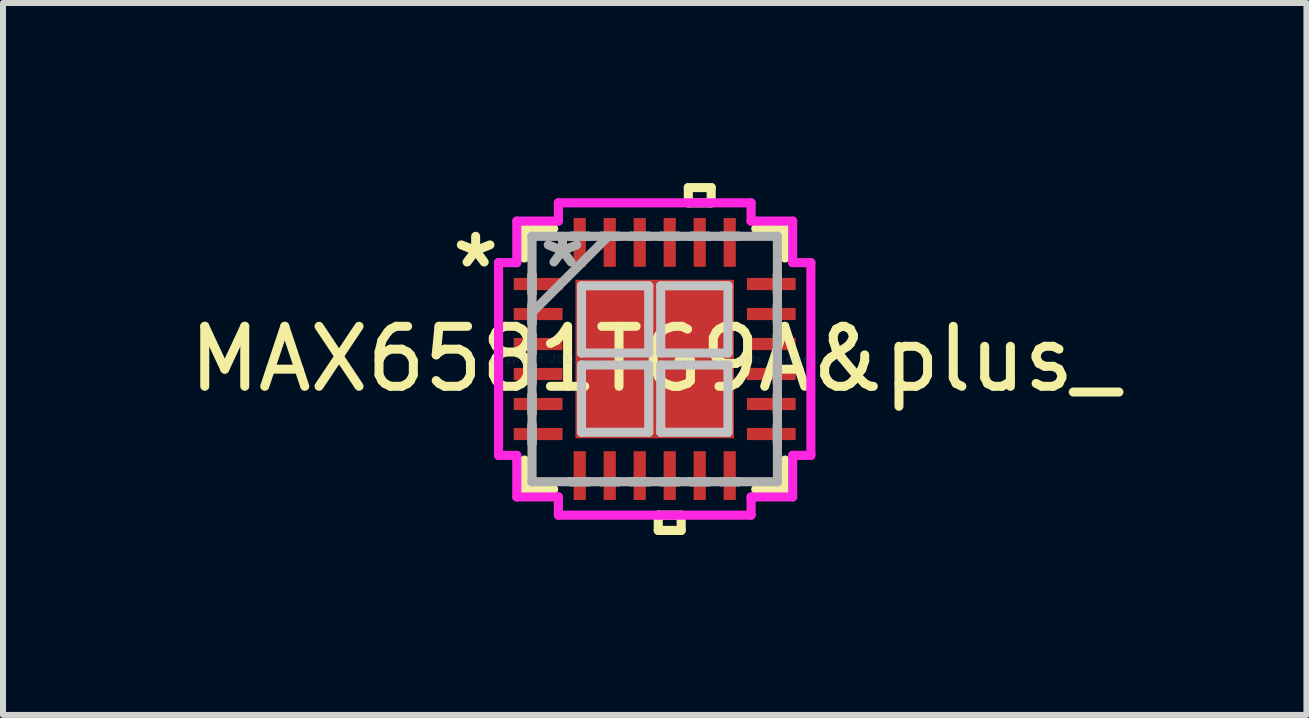
<source format=kicad_pcb>
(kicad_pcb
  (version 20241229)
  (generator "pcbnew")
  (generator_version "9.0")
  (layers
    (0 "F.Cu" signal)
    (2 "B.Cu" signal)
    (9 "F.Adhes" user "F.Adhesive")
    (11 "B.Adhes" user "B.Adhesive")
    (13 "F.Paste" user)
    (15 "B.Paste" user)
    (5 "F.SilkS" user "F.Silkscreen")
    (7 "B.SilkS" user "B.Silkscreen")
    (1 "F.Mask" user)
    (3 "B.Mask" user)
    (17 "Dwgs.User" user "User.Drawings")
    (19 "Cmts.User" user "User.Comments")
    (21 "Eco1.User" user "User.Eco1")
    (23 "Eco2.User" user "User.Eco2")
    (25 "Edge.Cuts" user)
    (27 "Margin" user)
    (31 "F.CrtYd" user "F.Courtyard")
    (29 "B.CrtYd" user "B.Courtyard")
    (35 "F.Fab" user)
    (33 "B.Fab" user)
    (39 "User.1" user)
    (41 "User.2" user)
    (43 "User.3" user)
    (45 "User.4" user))
  (footprint "MAX6581TG9A&plus_"
    (layer "F.Cu")
    (at 7.863 2.934)
    (property "Reference" "MAX6581TG9A&plus_" (at 0 0 0) (layer "F.SilkS") (effects (font (size 1 1) (thickness 0.15))))
    (attr through_hole)
    (fp_line (start -2.172 -2.172) (end -2.172 -1.684) (stroke (width 0.152) (type solid)) (layer "F.SilkS"))
    (fp_line (start -2.172 1.684) (end -2.172 2.172) (stroke (width 0.152) (type solid)) (layer "F.SilkS"))
    (fp_line (start -2.172 2.172) (end -1.684 2.172) (stroke (width 0.152) (type solid)) (layer "F.SilkS"))
    (fp_line (start -1.684 -2.172) (end -2.172 -2.172) (stroke (width 0.152) (type solid)) (layer "F.SilkS"))
    (fp_line (start 0.059 2.603) (end 0.059 2.857) (stroke (width 0.152) (type solid)) (layer "F.SilkS"))
    (fp_line (start 0.059 2.857) (end 0.441 2.857) (stroke (width 0.152) (type solid)) (layer "F.SilkS"))
    (fp_line (start 0.441 2.603) (end 0.059 2.603) (stroke (width 0.152) (type solid)) (layer "F.SilkS"))
    (fp_line (start 0.441 2.857) (end 0.441 2.603) (stroke (width 0.152) (type solid)) (layer "F.SilkS"))
    (fp_line (start 0.56 -2.857) (end 0.941 -2.857) (stroke (width 0.152) (type solid)) (layer "F.SilkS"))
    (fp_line (start 0.56 -2.603) (end 0.56 -2.857) (stroke (width 0.152) (type solid)) (layer "F.SilkS"))
    (fp_line (start 0.941 -2.857) (end 0.941 -2.603) (stroke (width 0.152) (type solid)) (layer "F.SilkS"))
    (fp_line (start 0.941 -2.603) (end 0.56 -2.603) (stroke (width 0.152) (type solid)) (layer "F.SilkS"))
    (fp_line (start 1.684 2.172) (end 2.172 2.172) (stroke (width 0.152) (type solid)) (layer "F.SilkS"))
    (fp_line (start 2.172 -2.172) (end 1.684 -2.172) (stroke (width 0.152) (type solid)) (layer "F.SilkS"))
    (fp_line (start 2.172 -1.684) (end 2.172 -2.172) (stroke (width 0.152) (type solid)) (layer "F.SilkS"))
    (fp_line (start 2.172 2.172) (end 2.172 1.684) (stroke (width 0.152) (type solid)) (layer "F.SilkS"))
    (fp_line (start -1.221 -1.221) (end -1.221 -0.1) (stroke (width 0.152) (type solid)) (layer "Dwgs.User"))
    (fp_line (start -1.221 -0.1) (end -0.1 -0.1) (stroke (width 0.152) (type solid)) (layer "Dwgs.User"))
    (fp_line (start -1.221 0.1) (end -1.221 1.221) (stroke (width 0.152) (type solid)) (layer "Dwgs.User"))
    (fp_line (start -1.221 1.221) (end -0.1 1.221) (stroke (width 0.152) (type solid)) (layer "Dwgs.User"))
    (fp_line (start -0.1 -1.221) (end -1.221 -1.221) (stroke (width 0.152) (type solid)) (layer "Dwgs.User"))
    (fp_line (start -0.1 -0.1) (end -0.1 -1.221) (stroke (width 0.152) (type solid)) (layer "Dwgs.User"))
    (fp_line (start -0.1 0.1) (end -1.221 0.1) (stroke (width 0.152) (type solid)) (layer "Dwgs.User"))
    (fp_line (start -0.1 1.221) (end -0.1 0.1) (stroke (width 0.152) (type solid)) (layer "Dwgs.User"))
    (fp_line (start 0.1 -1.221) (end 0.1 -0.1) (stroke (width 0.152) (type solid)) (layer "Dwgs.User"))
    (fp_line (start 0.1 -0.1) (end 1.221 -0.1) (stroke (width 0.152) (type solid)) (layer "Dwgs.User"))
    (fp_line (start 0.1 0.1) (end 0.1 1.221) (stroke (width 0.152) (type solid)) (layer "Dwgs.User"))
    (fp_line (start 0.1 1.221) (end 1.221 1.221) (stroke (width 0.152) (type solid)) (layer "Dwgs.User"))
    (fp_line (start 1.221 -1.221) (end 0.1 -1.221) (stroke (width 0.152) (type solid)) (layer "Dwgs.User"))
    (fp_line (start 1.221 -0.1) (end 1.221 -1.221) (stroke (width 0.152) (type solid)) (layer "Dwgs.User"))
    (fp_line (start 1.221 0.1) (end 0.1 0.1) (stroke (width 0.152) (type solid)) (layer "Dwgs.User"))
    (fp_line (start 1.221 1.221) (end 1.221 0.1) (stroke (width 0.152) (type solid)) (layer "Dwgs.User"))
    (fp_line (start -2.603 -1.606) (end -2.299 -1.606) (stroke (width 0.152) (type solid)) (layer "F.CrtYd"))
    (fp_line (start -2.603 1.606) (end -2.603 -1.606) (stroke (width 0.152) (type solid)) (layer "F.CrtYd"))
    (fp_line (start -2.299 -2.299) (end -1.606 -2.299) (stroke (width 0.152) (type solid)) (layer "F.CrtYd"))
    (fp_line (start -2.299 -1.606) (end -2.299 -2.299) (stroke (width 0.152) (type solid)) (layer "F.CrtYd"))
    (fp_line (start -2.299 1.606) (end -2.603 1.606) (stroke (width 0.152) (type solid)) (layer "F.CrtYd"))
    (fp_line (start -2.299 2.299) (end -2.299 1.606) (stroke (width 0.152) (type solid)) (layer "F.CrtYd"))
    (fp_line (start -1.606 -2.603) (end 1.606 -2.603) (stroke (width 0.152) (type solid)) (layer "F.CrtYd"))
    (fp_line (start -1.606 -2.299) (end -1.606 -2.603) (stroke (width 0.152) (type solid)) (layer "F.CrtYd"))
    (fp_line (start -1.606 2.299) (end -2.299 2.299) (stroke (width 0.152) (type solid)) (layer "F.CrtYd"))
    (fp_line (start -1.606 2.603) (end -1.606 2.299) (stroke (width 0.152) (type solid)) (layer "F.CrtYd"))
    (fp_line (start 1.606 -2.603) (end 1.606 -2.299) (stroke (width 0.152) (type solid)) (layer "F.CrtYd"))
    (fp_line (start 1.606 -2.299) (end 2.299 -2.299) (stroke (width 0.152) (type solid)) (layer "F.CrtYd"))
    (fp_line (start 1.606 2.299) (end 1.606 2.603) (stroke (width 0.152) (type solid)) (layer "F.CrtYd"))
    (fp_line (start 1.606 2.603) (end -1.606 2.603) (stroke (width 0.152) (type solid)) (layer "F.CrtYd"))
    (fp_line (start 2.299 -2.299) (end 2.299 -1.606) (stroke (width 0.152) (type solid)) (layer "F.CrtYd"))
    (fp_line (start 2.299 -1.606) (end 2.603 -1.606) (stroke (width 0.152) (type solid)) (layer "F.CrtYd"))
    (fp_line (start 2.299 1.606) (end 2.299 2.299) (stroke (width 0.152) (type solid)) (layer "F.CrtYd"))
    (fp_line (start 2.299 2.299) (end 1.606 2.299) (stroke (width 0.152) (type solid)) (layer "F.CrtYd"))
    (fp_line (start 2.603 -1.606) (end 2.603 1.606) (stroke (width 0.152) (type solid)) (layer "F.CrtYd"))
    (fp_line (start 2.603 1.606) (end 2.299 1.606) (stroke (width 0.152) (type solid)) (layer "F.CrtYd"))
    (fp_line (start -2.045 -2.045) (end -2.045 -2.045) (stroke (width 0.152) (type solid)) (layer "F.Fab"))
    (fp_line (start -2.045 -2.045) (end -2.045 2.045) (stroke (width 0.152) (type solid)) (layer "F.Fab"))
    (fp_line (start -2.045 -1.402) (end -2.045 -1.402) (stroke (width 0.152) (type solid)) (layer "F.Fab"))
    (fp_line (start -2.045 -1.402) (end -2.045 -1.098) (stroke (width 0.152) (type solid)) (layer "F.Fab"))
    (fp_line (start -2.045 -1.098) (end -2.045 -1.402) (stroke (width 0.152) (type solid)) (layer "F.Fab"))
    (fp_line (start -2.045 -1.098) (end -2.045 -1.098) (stroke (width 0.152) (type solid)) (layer "F.Fab"))
    (fp_line (start -2.045 -0.902) (end -2.045 -0.902) (stroke (width 0.152) (type solid)) (layer "F.Fab"))
    (fp_line (start -2.045 -0.902) (end -2.045 -0.598) (stroke (width 0.152) (type solid)) (layer "F.Fab"))
    (fp_line (start -2.045 -0.775) (end -0.775 -2.045) (stroke (width 0.152) (type solid)) (layer "F.Fab"))
    (fp_line (start -2.045 -0.598) (end -2.045 -0.902) (stroke (width 0.152) (type solid)) (layer "F.Fab"))
    (fp_line (start -2.045 -0.598) (end -2.045 -0.598) (stroke (width 0.152) (type solid)) (layer "F.Fab"))
    (fp_line (start -2.045 -0.402) (end -2.045 -0.402) (stroke (width 0.152) (type solid)) (layer "F.Fab"))
    (fp_line (start -2.045 -0.402) (end -2.045 -0.098) (stroke (width 0.152) (type solid)) (layer "F.Fab"))
    (fp_line (start -2.045 -0.098) (end -2.045 -0.402) (stroke (width 0.152) (type solid)) (layer "F.Fab"))
    (fp_line (start -2.045 -0.098) (end -2.045 -0.098) (stroke (width 0.152) (type solid)) (layer "F.Fab"))
    (fp_line (start -2.045 0.098) (end -2.045 0.098) (stroke (width 0.152) (type solid)) (layer "F.Fab"))
    (fp_line (start -2.045 0.098) (end -2.045 0.402) (stroke (width 0.152) (type solid)) (layer "F.Fab"))
    (fp_line (start -2.045 0.402) (end -2.045 0.098) (stroke (width 0.152) (type solid)) (layer "F.Fab"))
    (fp_line (start -2.045 0.402) (end -2.045 0.402) (stroke (width 0.152) (type solid)) (layer "F.Fab"))
    (fp_line (start -2.045 0.598) (end -2.045 0.598) (stroke (width 0.152) (type solid)) (layer "F.Fab"))
    (fp_line (start -2.045 0.598) (end -2.045 0.902) (stroke (width 0.152) (type solid)) (layer "F.Fab"))
    (fp_line (start -2.045 0.902) (end -2.045 0.598) (stroke (width 0.152) (type solid)) (layer "F.Fab"))
    (fp_line (start -2.045 0.902) (end -2.045 0.902) (stroke (width 0.152) (type solid)) (layer "F.Fab"))
    (fp_line (start -2.045 1.098) (end -2.045 1.098) (stroke (width 0.152) (type solid)) (layer "F.Fab"))
    (fp_line (start -2.045 1.098) (end -2.045 1.402) (stroke (width 0.152) (type solid)) (layer "F.Fab"))
    (fp_line (start -2.045 1.402) (end -2.045 1.098) (stroke (width 0.152) (type solid)) (layer "F.Fab"))
    (fp_line (start -2.045 1.402) (end -2.045 1.402) (stroke (width 0.152) (type solid)) (layer "F.Fab"))
    (fp_line (start -2.045 2.045) (end -2.045 2.045) (stroke (width 0.152) (type solid)) (layer "F.Fab"))
    (fp_line (start -2.045 2.045) (end 2.045 2.045) (stroke (width 0.152) (type solid)) (layer "F.Fab"))
    (fp_line (start -1.402 -2.045) (end -1.402 -2.045) (stroke (width 0.152) (type solid)) (layer "F.Fab"))
    (fp_line (start -1.402 -2.045) (end -1.098 -2.045) (stroke (width 0.152) (type solid)) (layer "F.Fab"))
    (fp_line (start -1.402 2.045) (end -1.402 2.045) (stroke (width 0.152) (type solid)) (layer "F.Fab"))
    (fp_line (start -1.402 2.045) (end -1.098 2.045) (stroke (width 0.152) (type solid)) (layer "F.Fab"))
    (fp_line (start -1.098 -2.045) (end -1.402 -2.045) (stroke (width 0.152) (type solid)) (layer "F.Fab"))
    (fp_line (start -1.098 -2.045) (end -1.098 -2.045) (stroke (width 0.152) (type solid)) (layer "F.Fab"))
    (fp_line (start -1.098 2.045) (end -1.402 2.045) (stroke (width 0.152) (type solid)) (layer "F.Fab"))
    (fp_line (start -1.098 2.045) (end -1.098 2.045) (stroke (width 0.152) (type solid)) (layer "F.Fab"))
    (fp_line (start -0.902 -2.045) (end -0.902 -2.045) (stroke (width 0.152) (type solid)) (layer "F.Fab"))
    (fp_line (start -0.902 -2.045) (end -0.598 -2.045) (stroke (width 0.152) (type solid)) (layer "F.Fab"))
    (fp_line (start -0.902 2.045) (end -0.902 2.045) (stroke (width 0.152) (type solid)) (layer "F.Fab"))
    (fp_line (start -0.902 2.045) (end -0.598 2.045) (stroke (width 0.152) (type solid)) (layer "F.Fab"))
    (fp_line (start -0.598 -2.045) (end -0.902 -2.045) (stroke (width 0.152) (type solid)) (layer "F.Fab"))
    (fp_line (start -0.598 -2.045) (end -0.598 -2.045) (stroke (width 0.152) (type solid)) (layer "F.Fab"))
    (fp_line (start -0.598 2.045) (end -0.902 2.045) (stroke (width 0.152) (type solid)) (layer "F.Fab"))
    (fp_line (start -0.598 2.045) (end -0.598 2.045) (stroke (width 0.152) (type solid)) (layer "F.Fab"))
    (fp_line (start -0.402 -2.045) (end -0.402 -2.045) (stroke (width 0.152) (type solid)) (layer "F.Fab"))
    (fp_line (start -0.402 -2.045) (end -0.098 -2.045) (stroke (width 0.152) (type solid)) (layer "F.Fab"))
    (fp_line (start -0.402 2.045) (end -0.402 2.045) (stroke (width 0.152) (type solid)) (layer "F.Fab"))
    (fp_line (start -0.402 2.045) (end -0.098 2.045) (stroke (width 0.152) (type solid)) (layer "F.Fab"))
    (fp_line (start -0.098 -2.045) (end -0.402 -2.045) (stroke (width 0.152) (type solid)) (layer "F.Fab"))
    (fp_line (start -0.098 -2.045) (end -0.098 -2.045) (stroke (width 0.152) (type solid)) (layer "F.Fab"))
    (fp_line (start -0.098 2.045) (end -0.402 2.045) (stroke (width 0.152) (type solid)) (layer "F.Fab"))
    (fp_line (start -0.098 2.045) (end -0.098 2.045) (stroke (width 0.152) (type solid)) (layer "F.Fab"))
    (fp_line (start 0.098 -2.045) (end 0.098 -2.045) (stroke (width 0.152) (type solid)) (layer "F.Fab"))
    (fp_line (start 0.098 -2.045) (end 0.402 -2.045) (stroke (width 0.152) (type solid)) (layer "F.Fab"))
    (fp_line (start 0.098 2.045) (end 0.098 2.045) (stroke (width 0.152) (type solid)) (layer "F.Fab"))
    (fp_line (start 0.098 2.045) (end 0.402 2.045) (stroke (width 0.152) (type solid)) (layer "F.Fab"))
    (fp_line (start 0.402 -2.045) (end 0.098 -2.045) (stroke (width 0.152) (type solid)) (layer "F.Fab"))
    (fp_line (start 0.402 -2.045) (end 0.402 -2.045) (stroke (width 0.152) (type solid)) (layer "F.Fab"))
    (fp_line (start 0.402 2.045) (end 0.098 2.045) (stroke (width 0.152) (type solid)) (layer "F.Fab"))
    (fp_line (start 0.402 2.045) (end 0.402 2.045) (stroke (width 0.152) (type solid)) (layer "F.Fab"))
    (fp_line (start 0.598 -2.045) (end 0.598 -2.045) (stroke (width 0.152) (type solid)) (layer "F.Fab"))
    (fp_line (start 0.598 -2.045) (end 0.902 -2.045) (stroke (width 0.152) (type solid)) (layer "F.Fab"))
    (fp_line (start 0.598 2.045) (end 0.598 2.045) (stroke (width 0.152) (type solid)) (layer "F.Fab"))
    (fp_line (start 0.598 2.045) (end 0.902 2.045) (stroke (width 0.152) (type solid)) (layer "F.Fab"))
    (fp_line (start 0.902 -2.045) (end 0.598 -2.045) (stroke (width 0.152) (type solid)) (layer "F.Fab"))
    (fp_line (start 0.902 -2.045) (end 0.902 -2.045) (stroke (width 0.152) (type solid)) (layer "F.Fab"))
    (fp_line (start 0.902 2.045) (end 0.598 2.045) (stroke (width 0.152) (type solid)) (layer "F.Fab"))
    (fp_line (start 0.902 2.045) (end 0.902 2.045) (stroke (width 0.152) (type solid)) (layer "F.Fab"))
    (fp_line (start 1.098 -2.045) (end 1.098 -2.045) (stroke (width 0.152) (type solid)) (layer "F.Fab"))
    (fp_line (start 1.098 -2.045) (end 1.402 -2.045) (stroke (width 0.152) (type solid)) (layer "F.Fab"))
    (fp_line (start 1.098 2.045) (end 1.098 2.045) (stroke (width 0.152) (type solid)) (layer "F.Fab"))
    (fp_line (start 1.098 2.045) (end 1.402 2.045) (stroke (width 0.152) (type solid)) (layer "F.Fab"))
    (fp_line (start 1.402 -2.045) (end 1.098 -2.045) (stroke (width 0.152) (type solid)) (layer "F.Fab"))
    (fp_line (start 1.402 -2.045) (end 1.402 -2.045) (stroke (width 0.152) (type solid)) (layer "F.Fab"))
    (fp_line (start 1.402 2.045) (end 1.098 2.045) (stroke (width 0.152) (type solid)) (layer "F.Fab"))
    (fp_line (start 1.402 2.045) (end 1.402 2.045) (stroke (width 0.152) (type solid)) (layer "F.Fab"))
    (fp_line (start 2.045 -2.045) (end -2.045 -2.045) (stroke (width 0.152) (type solid)) (layer "F.Fab"))
    (fp_line (start 2.045 -2.045) (end 2.045 -2.045) (stroke (width 0.152) (type solid)) (layer "F.Fab"))
    (fp_line (start 2.045 -1.402) (end 2.045 -1.402) (stroke (width 0.152) (type solid)) (layer "F.Fab"))
    (fp_line (start 2.045 -1.402) (end 2.045 -1.098) (stroke (width 0.152) (type solid)) (layer "F.Fab"))
    (fp_line (start 2.045 -1.098) (end 2.045 -1.402) (stroke (width 0.152) (type solid)) (layer "F.Fab"))
    (fp_line (start 2.045 -1.098) (end 2.045 -1.098) (stroke (width 0.152) (type solid)) (layer "F.Fab"))
    (fp_line (start 2.045 -0.902) (end 2.045 -0.902) (stroke (width 0.152) (type solid)) (layer "F.Fab"))
    (fp_line (start 2.045 -0.902) (end 2.045 -0.598) (stroke (width 0.152) (type solid)) (layer "F.Fab"))
    (fp_line (start 2.045 -0.598) (end 2.045 -0.902) (stroke (width 0.152) (type solid)) (layer "F.Fab"))
    (fp_line (start 2.045 -0.598) (end 2.045 -0.598) (stroke (width 0.152) (type solid)) (layer "F.Fab"))
    (fp_line (start 2.045 -0.402) (end 2.045 -0.402) (stroke (width 0.152) (type solid)) (layer "F.Fab"))
    (fp_line (start 2.045 -0.402) (end 2.045 -0.098) (stroke (width 0.152) (type solid)) (layer "F.Fab"))
    (fp_line (start 2.045 -0.098) (end 2.045 -0.402) (stroke (width 0.152) (type solid)) (layer "F.Fab"))
    (fp_line (start 2.045 -0.098) (end 2.045 -0.098) (stroke (width 0.152) (type solid)) (layer "F.Fab"))
    (fp_line (start 2.045 0.098) (end 2.045 0.098) (stroke (width 0.152) (type solid)) (layer "F.Fab"))
    (fp_line (start 2.045 0.098) (end 2.045 0.402) (stroke (width 0.152) (type solid)) (layer "F.Fab"))
    (fp_line (start 2.045 0.402) (end 2.045 0.098) (stroke (width 0.152) (type solid)) (layer "F.Fab"))
    (fp_line (start 2.045 0.402) (end 2.045 0.402) (stroke (width 0.152) (type solid)) (layer "F.Fab"))
    (fp_line (start 2.045 0.598) (end 2.045 0.598) (stroke (width 0.152) (type solid)) (layer "F.Fab"))
    (fp_line (start 2.045 0.598) (end 2.045 0.902) (stroke (width 0.152) (type solid)) (layer "F.Fab"))
    (fp_line (start 2.045 0.902) (end 2.045 0.598) (stroke (width 0.152) (type solid)) (layer "F.Fab"))
    (fp_line (start 2.045 0.902) (end 2.045 0.902) (stroke (width 0.152) (type solid)) (layer "F.Fab"))
    (fp_line (start 2.045 1.098) (end 2.045 1.098) (stroke (width 0.152) (type solid)) (layer "F.Fab"))
    (fp_line (start 2.045 1.098) (end 2.045 1.402) (stroke (width 0.152) (type solid)) (layer "F.Fab"))
    (fp_line (start 2.045 1.402) (end 2.045 1.098) (stroke (width 0.152) (type solid)) (layer "F.Fab"))
    (fp_line (start 2.045 1.402) (end 2.045 1.402) (stroke (width 0.152) (type solid)) (layer "F.Fab"))
    (fp_line (start 2.045 2.045) (end 2.045 -2.045) (stroke (width 0.152) (type solid)) (layer "F.Fab"))
    (fp_line (start 2.045 2.045) (end 2.045 2.045) (stroke (width 0.152) (type solid)) (layer "F.Fab"))
    (fp_text user "*" (at -2.985 -1.5 0) (layer "F.SilkS") (effects (font (size 1 1) (thickness 0.15))))
    (fp_text user "Copyright 2016 Accelerated Designs. All rights reserved." (at 0 0 0) (layer "Cmts.User") (effects (font (size 0.127 0.127) (thickness 0.002))))
    (fp_text user "*" (at -1.537 -1.5 0) (layer "F.Fab") (effects (font (size 1 1) (thickness 0.15))))
    (pad "1" smd rect (at -1.943 -1.25 90) (size 0.203 0.813) (layers "F.Cu" "F.Mask" "F.Paste"))
    (pad "2" smd rect (at -1.943 -0.75 90) (size 0.203 0.813) (layers "F.Cu" "F.Mask" "F.Paste"))
    (pad "3" smd rect (at -1.943 -0.25 90) (size 0.203 0.813) (layers "F.Cu" "F.Mask" "F.Paste"))
    (pad "4" smd rect (at -1.943 0.25 90) (size 0.203 0.813) (layers "F.Cu" "F.Mask" "F.Paste"))
    (pad "5" smd rect (at -1.943 0.75 90) (size 0.203 0.813) (layers "F.Cu" "F.Mask" "F.Paste"))
    (pad "6" smd rect (at -1.943 1.25 90) (size 0.203 0.813) (layers "F.Cu" "F.Mask" "F.Paste"))
    (pad "7" smd rect (at -1.25 1.943) (size 0.203 0.813) (layers "F.Cu" "F.Mask" "F.Paste"))
    (pad "8" smd rect (at -0.75 1.943) (size 0.203 0.813) (layers "F.Cu" "F.Mask" "F.Paste"))
    (pad "9" smd rect (at -0.25 1.943) (size 0.203 0.813) (layers "F.Cu" "F.Mask" "F.Paste"))
    (pad "10" smd rect (at 0.25 1.943) (size 0.203 0.813) (layers "F.Cu" "F.Mask" "F.Paste"))
    (pad "11" smd rect (at 0.75 1.943) (size 0.203 0.813) (layers "F.Cu" "F.Mask" "F.Paste"))
    (pad "12" smd rect (at 1.25 1.943) (size 0.203 0.813) (layers "F.Cu" "F.Mask" "F.Paste"))
    (pad "13" smd rect (at 1.943 1.25 90) (size 0.203 0.813) (layers "F.Cu" "F.Mask" "F.Paste"))
    (pad "14" smd rect (at 1.943 0.75 90) (size 0.203 0.813) (layers "F.Cu" "F.Mask" "F.Paste"))
    (pad "15" smd rect (at 1.943 0.25 90) (size 0.203 0.813) (layers "F.Cu" "F.Mask" "F.Paste"))
    (pad "16" smd rect (at 1.943 -0.25 90) (size 0.203 0.813) (layers "F.Cu" "F.Mask" "F.Paste"))
    (pad "17" smd rect (at 1.943 -0.75 90) (size 0.203 0.813) (layers "F.Cu" "F.Mask" "F.Paste"))
    (pad "18" smd rect (at 1.943 -1.25 90) (size 0.203 0.813) (layers "F.Cu" "F.Mask" "F.Paste"))
    (pad "19" smd rect (at 1.25 -1.943) (size 0.203 0.813) (layers "F.Cu" "F.Mask" "F.Paste"))
    (pad "20" smd rect (at 0.75 -1.943) (size 0.203 0.813) (layers "F.Cu" "F.Mask" "F.Paste"))
    (pad "21" smd rect (at 0.25 -1.943) (size 0.203 0.813) (layers "F.Cu" "F.Mask" "F.Paste"))
    (pad "22" smd rect (at -0.25 -1.943) (size 0.203 0.813) (layers "F.Cu" "F.Mask" "F.Paste"))
    (pad "23" smd rect (at -0.75 -1.943) (size 0.203 0.813) (layers "F.Cu" "F.Mask" "F.Paste"))
    (pad "24" smd rect (at -1.25 -1.943) (size 0.203 0.813) (layers "F.Cu" "F.Mask" "F.Paste"))
    (pad "25" smd rect (at 0 0) (size 2.642 2.642) (layers "F.Cu" "F.Mask" "F.Paste")))
  (gr_rect
    (start -3 -3)
    (end 18.726 8.867)
    (stroke (width 0.1) (type default))
    (fill no)
    (layer "Edge.Cuts")))
</source>
